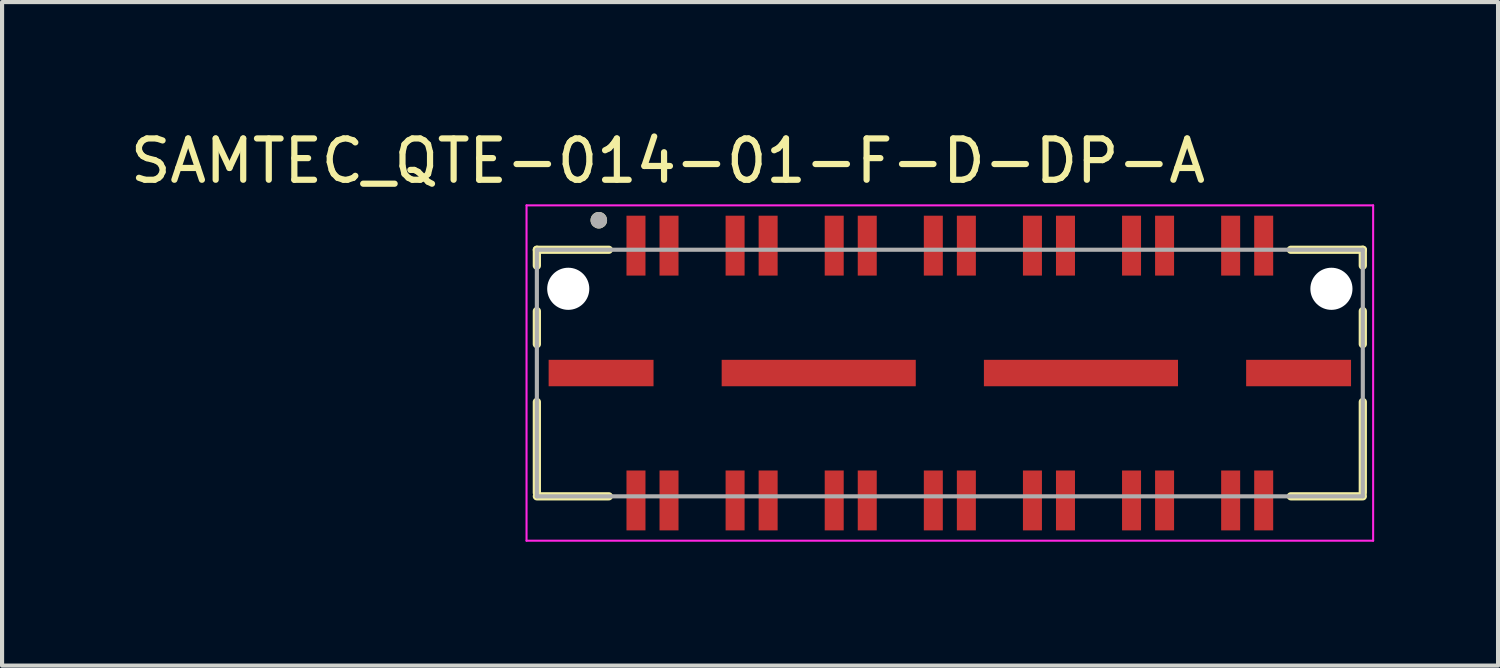
<source format=kicad_pcb>
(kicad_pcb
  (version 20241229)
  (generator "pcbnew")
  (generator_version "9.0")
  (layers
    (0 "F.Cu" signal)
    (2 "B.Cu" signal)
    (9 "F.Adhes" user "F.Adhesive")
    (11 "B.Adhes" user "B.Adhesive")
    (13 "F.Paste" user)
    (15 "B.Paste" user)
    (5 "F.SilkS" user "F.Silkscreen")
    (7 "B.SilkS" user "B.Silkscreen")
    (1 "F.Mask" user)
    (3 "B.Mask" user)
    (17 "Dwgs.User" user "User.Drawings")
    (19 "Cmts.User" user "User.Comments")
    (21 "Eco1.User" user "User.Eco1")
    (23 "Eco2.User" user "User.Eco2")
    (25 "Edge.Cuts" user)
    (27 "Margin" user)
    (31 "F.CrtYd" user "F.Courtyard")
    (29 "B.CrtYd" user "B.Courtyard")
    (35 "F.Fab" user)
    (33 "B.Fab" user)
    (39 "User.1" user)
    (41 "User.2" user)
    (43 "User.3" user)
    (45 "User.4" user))
  (footprint "SAMTEC_QTE-014-01-F-D-DP-A"
    (layer "F.Cu")
    (at 19.95 5.983)
    (property "Reference" "SAMTEC_QTE-014-01-F-D-DP-A" (at -6.825 -5.135 0) (layer "F.SilkS") (effects (font (size 1 1) (thickness 0.15))))
    (attr smd)
    (fp_line (start -10 -2.985) (end -10 -2.6) (stroke (width 0.2) (type solid)) (layer "F.SilkS"))
    (fp_line (start -10 -1.5) (end -10 -0.7) (stroke (width 0.2) (type solid)) (layer "F.SilkS"))
    (fp_line (start -10 0.7) (end -10 2.9) (stroke (width 0.2) (type solid)) (layer "F.SilkS"))
    (fp_line (start -8.258 -2.985) (end -10 -2.985) (stroke (width 0.2) (type solid)) (layer "F.SilkS"))
    (fp_line (start -8.258 2.985) (end -10 2.985) (stroke (width 0.2) (type solid)) (layer "F.SilkS"))
    (fp_line (start 8.258 -2.985) (end 10 -2.985) (stroke (width 0.2) (type solid)) (layer "F.SilkS"))
    (fp_line (start 8.258 2.985) (end 10 2.985) (stroke (width 0.2) (type solid)) (layer "F.SilkS"))
    (fp_line (start 10 -2.985) (end 10 -2.6) (stroke (width 0.2) (type solid)) (layer "F.SilkS"))
    (fp_line (start 10 -1.5) (end 10 -0.7) (stroke (width 0.2) (type solid)) (layer "F.SilkS"))
    (fp_line (start 10 0.7) (end 10 2.9) (stroke (width 0.2) (type solid)) (layer "F.SilkS"))
    (fp_circle (center -8.5 -3.7) (end -8.4 -3.7) (stroke (width 0.2) (type solid)) (fill no) (layer "F.SilkS"))
    (fp_line (start -10.25 -4.06) (end 10.25 -4.06) (stroke (width 0.05) (type solid)) (layer "F.CrtYd"))
    (fp_line (start -10.25 4.06) (end -10.25 -4.06) (stroke (width 0.05) (type solid)) (layer "F.CrtYd"))
    (fp_line (start 10.25 -4.06) (end 10.25 4.06) (stroke (width 0.05) (type solid)) (layer "F.CrtYd"))
    (fp_line (start 10.25 4.06) (end -10.25 4.06) (stroke (width 0.05) (type solid)) (layer "F.CrtYd"))
    (fp_line (start -10 -2.985) (end 10 -2.985) (stroke (width 0.1) (type solid)) (layer "F.Fab"))
    (fp_line (start -10 2.985) (end -10 -2.985) (stroke (width 0.1) (type solid)) (layer "F.Fab"))
    (fp_line (start 10 -2.985) (end 10 2.985) (stroke (width 0.1) (type solid)) (layer "F.Fab"))
    (fp_line (start 10 2.985) (end -10 2.985) (stroke (width 0.1) (type solid)) (layer "F.Fab"))
    (fp_circle (center -8.5 -3.7) (end -8.4 -3.7) (stroke (width 0.2) (type solid)) (fill no) (layer "F.Fab"))
    (pad "" np_thru_hole circle (at -9.24 -2.04) (size 1.02 1.02) (drill 1.02) (layers "*.Cu" "*.Mask"))
    (pad "" np_thru_hole circle (at 9.24 -2.04) (size 1.02 1.02) (drill 1.02) (layers "*.Cu" "*.Mask"))
    (pad "01" smd rect (at -7.6 -3.085) (size 0.46 1.45) (layers "F.Cu" "F.Mask" "F.Paste"))
    (pad "02" smd rect (at -7.6 3.085) (size 0.46 1.45) (layers "F.Cu" "F.Mask" "F.Paste"))
    (pad "03" smd rect (at -6.8 -3.085) (size 0.46 1.45) (layers "F.Cu" "F.Mask" "F.Paste"))
    (pad "04" smd rect (at -6.8 3.085) (size 0.46 1.45) (layers "F.Cu" "F.Mask" "F.Paste"))
    (pad "05" smd rect (at -5.2 -3.085) (size 0.46 1.45) (layers "F.Cu" "F.Mask" "F.Paste"))
    (pad "06" smd rect (at -5.2 3.085) (size 0.46 1.45) (layers "F.Cu" "F.Mask" "F.Paste"))
    (pad "07" smd rect (at -4.4 -3.085) (size 0.46 1.45) (layers "F.Cu" "F.Mask" "F.Paste"))
    (pad "08" smd rect (at -4.4 3.085) (size 0.46 1.45) (layers "F.Cu" "F.Mask" "F.Paste"))
    (pad "09" smd rect (at -2.8 -3.085) (size 0.46 1.45) (layers "F.Cu" "F.Mask" "F.Paste"))
    (pad "10" smd rect (at -2.8 3.085) (size 0.46 1.45) (layers "F.Cu" "F.Mask" "F.Paste"))
    (pad "11" smd rect (at -2 -3.085) (size 0.46 1.45) (layers "F.Cu" "F.Mask" "F.Paste"))
    (pad "12" smd rect (at -2 3.085) (size 0.46 1.45) (layers "F.Cu" "F.Mask" "F.Paste"))
    (pad "13" smd rect (at -0.4 -3.085) (size 0.46 1.45) (layers "F.Cu" "F.Mask" "F.Paste"))
    (pad "14" smd rect (at -0.4 3.085) (size 0.46 1.45) (layers "F.Cu" "F.Mask" "F.Paste"))
    (pad "15" smd rect (at 0.4 -3.085) (size 0.46 1.45) (layers "F.Cu" "F.Mask" "F.Paste"))
    (pad "16" smd rect (at 0.4 3.085) (size 0.46 1.45) (layers "F.Cu" "F.Mask" "F.Paste"))
    (pad "17" smd rect (at 2 -3.085) (size 0.46 1.45) (layers "F.Cu" "F.Mask" "F.Paste"))
    (pad "18" smd rect (at 2 3.085) (size 0.46 1.45) (layers "F.Cu" "F.Mask" "F.Paste"))
    (pad "19" smd rect (at 2.8 -3.085) (size 0.46 1.45) (layers "F.Cu" "F.Mask" "F.Paste"))
    (pad "20" smd rect (at 2.8 3.085) (size 0.46 1.45) (layers "F.Cu" "F.Mask" "F.Paste"))
    (pad "21" smd rect (at 4.4 -3.085) (size 0.46 1.45) (layers "F.Cu" "F.Mask" "F.Paste"))
    (pad "22" smd rect (at 4.4 3.085) (size 0.46 1.45) (layers "F.Cu" "F.Mask" "F.Paste"))
    (pad "23" smd rect (at 5.2 -3.085) (size 0.46 1.45) (layers "F.Cu" "F.Mask" "F.Paste"))
    (pad "24" smd rect (at 5.2 3.085) (size 0.46 1.45) (layers "F.Cu" "F.Mask" "F.Paste"))
    (pad "25" smd rect (at 6.8 -3.085) (size 0.46 1.45) (layers "F.Cu" "F.Mask" "F.Paste"))
    (pad "26" smd rect (at 6.8 3.085) (size 0.46 1.45) (layers "F.Cu" "F.Mask" "F.Paste"))
    (pad "27" smd rect (at 7.6 -3.085) (size 0.46 1.45) (layers "F.Cu" "F.Mask" "F.Paste"))
    (pad "28" smd rect (at 7.6 3.085) (size 0.46 1.45) (layers "F.Cu" "F.Mask" "F.Paste"))
    (pad "G1" smd rect (at -8.445 0) (size 2.54 0.64) (layers "F.Cu" "F.Mask" "F.Paste"))
    (pad "G2" smd rect (at -3.175 0) (size 4.7 0.64) (layers "F.Cu" "F.Mask" "F.Paste"))
    (pad "G3" smd rect (at 3.175 0) (size 4.7 0.64) (layers "F.Cu" "F.Mask" "F.Paste"))
    (pad "G4" smd rect (at 8.445 0) (size 2.54 0.64) (layers "F.Cu" "F.Mask" "F.Paste")))
  (gr_rect
    (start -3 -3)
    (end 33.225 13.068)
    (stroke (width 0.1) (type default))
    (fill no)
    (layer "Edge.Cuts")))
</source>
